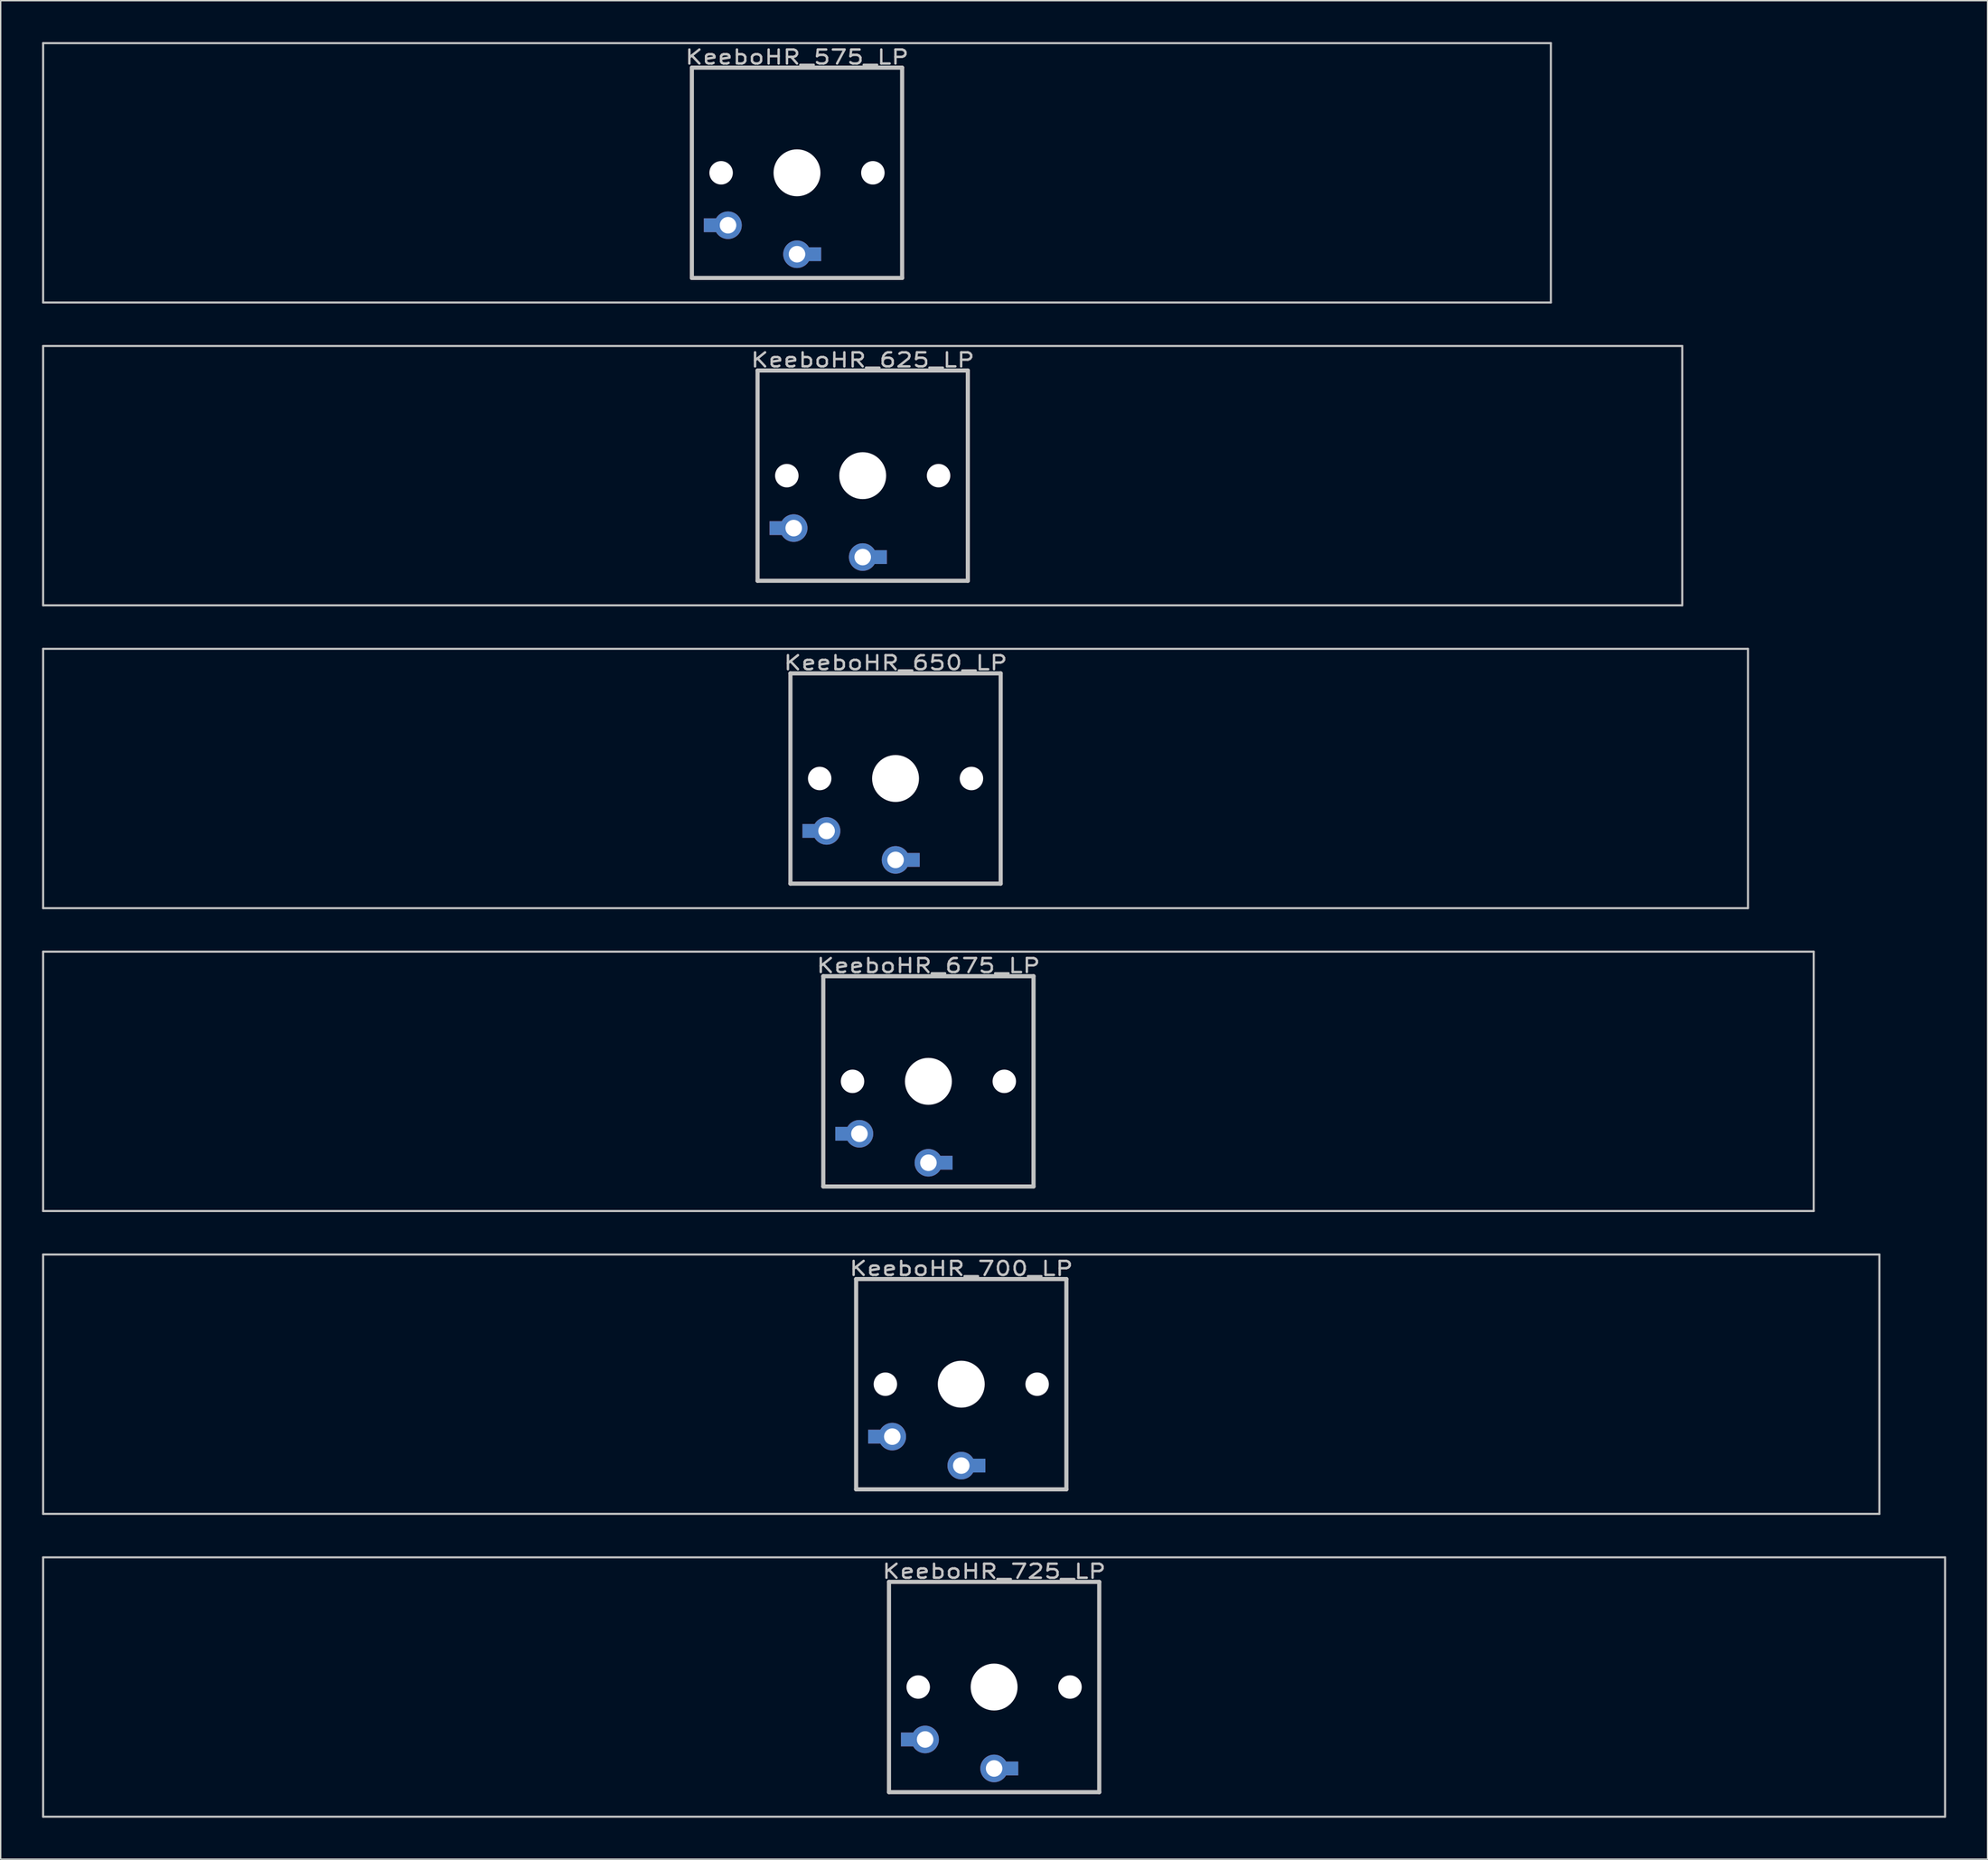
<source format=kicad_pcb>
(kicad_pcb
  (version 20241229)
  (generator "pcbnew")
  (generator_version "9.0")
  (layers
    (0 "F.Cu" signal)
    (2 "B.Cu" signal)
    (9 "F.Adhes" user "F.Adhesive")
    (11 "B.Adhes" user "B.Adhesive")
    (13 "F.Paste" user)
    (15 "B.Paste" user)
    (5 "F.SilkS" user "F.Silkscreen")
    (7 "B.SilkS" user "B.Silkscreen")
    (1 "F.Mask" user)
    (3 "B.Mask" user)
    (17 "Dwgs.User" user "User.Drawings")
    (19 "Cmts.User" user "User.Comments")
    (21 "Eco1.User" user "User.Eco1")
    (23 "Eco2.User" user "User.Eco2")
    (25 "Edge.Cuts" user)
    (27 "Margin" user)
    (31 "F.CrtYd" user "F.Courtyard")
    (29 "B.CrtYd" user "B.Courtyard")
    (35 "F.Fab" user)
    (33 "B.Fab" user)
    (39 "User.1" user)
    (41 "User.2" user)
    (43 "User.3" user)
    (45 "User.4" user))
  (footprint "KeeboHR_675_LP"
    (layer "F.Cu")
    (at 64.243 75.319)
    (property "Reference" "KeeboHR_675_LP" (at 0 -8.382 0) (layer "Dwgs.User") (effects (font (size 1.016 1.27) (thickness 0.178))))
    (attr through_hole)
    (fp_line (start -64.167 -9.398) (end 64.167 -9.398) (stroke (width 0.152) (type solid)) (layer "Dwgs.User"))
    (fp_line (start -64.167 9.398) (end -64.167 -9.398) (stroke (width 0.152) (type solid)) (layer "Dwgs.User"))
    (fp_line (start -7.62 -7.62) (end 7.62 -7.62) (stroke (width 0.3) (type solid)) (layer "Dwgs.User"))
    (fp_line (start -7.62 7.62) (end -7.62 -7.62) (stroke (width 0.3) (type solid)) (layer "Dwgs.User"))
    (fp_line (start 7.62 -7.62) (end 7.62 7.62) (stroke (width 0.3) (type solid)) (layer "Dwgs.User"))
    (fp_line (start 7.62 7.62) (end -7.62 7.62) (stroke (width 0.3) (type solid)) (layer "Dwgs.User"))
    (fp_line (start 64.167 -9.398) (end 64.167 9.398) (stroke (width 0.152) (type solid)) (layer "Dwgs.User"))
    (fp_line (start 64.167 9.398) (end -64.167 9.398) (stroke (width 0.152) (type solid)) (layer "Dwgs.User"))
    (pad "" np_thru_hole circle (at -5.5 0) (size 1.7 1.7) (drill 1.7) (layers "*.Cu" "*.Mask"))
    (pad "" np_thru_hole circle (at 0 0) (size 3.4 3.4) (drill 3.4) (layers "*.Cu" "*.Mask"))
    (pad "" np_thru_hole circle (at 5.5 0) (size 1.7 1.7) (drill 1.7) (layers "*.Cu" "*.Mask"))
    (pad "1" thru_hole circle (at 0 5.9) (size 2 2) (drill 1.2) (layers "*.Cu" "*.Mask"))
    (pad "1" smd rect (at 1.25 5.9) (size 1 1) (layers "*.Cu" "*.Mask"))
    (pad "2" smd rect (at -6.25 3.8) (size 1 1) (layers "*.Cu" "*.Mask"))
    (pad "2" thru_hole circle (at -5 3.8) (size 2 2) (drill 1.2) (layers "*.Cu" "*.Mask")))
  (footprint "KeeboHR_625_LP"
    (layer "F.Cu")
    (at 59.48 31.423)
    (property "Reference" "KeeboHR_625_LP" (at 0 -8.382 0) (layer "Dwgs.User") (effects (font (size 1.016 1.27) (thickness 0.178))))
    (attr through_hole)
    (fp_line (start -59.404 -9.398) (end 59.404 -9.398) (stroke (width 0.152) (type solid)) (layer "Dwgs.User"))
    (fp_line (start -59.404 9.398) (end -59.404 -9.398) (stroke (width 0.152) (type solid)) (layer "Dwgs.User"))
    (fp_line (start -7.62 -7.62) (end 7.62 -7.62) (stroke (width 0.3) (type solid)) (layer "Dwgs.User"))
    (fp_line (start -7.62 7.62) (end -7.62 -7.62) (stroke (width 0.3) (type solid)) (layer "Dwgs.User"))
    (fp_line (start 7.62 -7.62) (end 7.62 7.62) (stroke (width 0.3) (type solid)) (layer "Dwgs.User"))
    (fp_line (start 7.62 7.62) (end -7.62 7.62) (stroke (width 0.3) (type solid)) (layer "Dwgs.User"))
    (fp_line (start 59.404 -9.398) (end 59.404 9.398) (stroke (width 0.152) (type solid)) (layer "Dwgs.User"))
    (fp_line (start 59.404 9.398) (end -59.404 9.398) (stroke (width 0.152) (type solid)) (layer "Dwgs.User"))
    (pad "" np_thru_hole circle (at -5.5 0) (size 1.7 1.7) (drill 1.7) (layers "*.Cu" "*.Mask"))
    (pad "" np_thru_hole circle (at 0 0) (size 3.4 3.4) (drill 3.4) (layers "*.Cu" "*.Mask"))
    (pad "" np_thru_hole circle (at 5.5 0) (size 1.7 1.7) (drill 1.7) (layers "*.Cu" "*.Mask"))
    (pad "1" thru_hole circle (at 0 5.9) (size 2 2) (drill 1.2) (layers "*.Cu" "*.Mask"))
    (pad "1" smd rect (at 1.25 5.9) (size 1 1) (layers "*.Cu" "*.Mask"))
    (pad "2" smd rect (at -6.25 3.8) (size 1 1) (layers "*.Cu" "*.Mask"))
    (pad "2" thru_hole circle (at -5 3.8) (size 2 2) (drill 1.2) (layers "*.Cu" "*.Mask")))
  (footprint "KeeboHR_575_LP"
    (layer "F.Cu")
    (at 54.718 9.474)
    (property "Reference" "KeeboHR_575_LP" (at 0 -8.382 0) (layer "Dwgs.User") (effects (font (size 1.016 1.27) (thickness 0.178))))
    (attr through_hole)
    (fp_line (start -54.642 -9.398) (end 54.642 -9.398) (stroke (width 0.152) (type solid)) (layer "Dwgs.User"))
    (fp_line (start -54.642 9.398) (end -54.642 -9.398) (stroke (width 0.152) (type solid)) (layer "Dwgs.User"))
    (fp_line (start -7.62 -7.62) (end 7.62 -7.62) (stroke (width 0.3) (type solid)) (layer "Dwgs.User"))
    (fp_line (start -7.62 7.62) (end -7.62 -7.62) (stroke (width 0.3) (type solid)) (layer "Dwgs.User"))
    (fp_line (start 7.62 -7.62) (end 7.62 7.62) (stroke (width 0.3) (type solid)) (layer "Dwgs.User"))
    (fp_line (start 7.62 7.62) (end -7.62 7.62) (stroke (width 0.3) (type solid)) (layer "Dwgs.User"))
    (fp_line (start 54.642 -9.398) (end 54.642 9.398) (stroke (width 0.152) (type solid)) (layer "Dwgs.User"))
    (fp_line (start 54.642 9.398) (end -54.642 9.398) (stroke (width 0.152) (type solid)) (layer "Dwgs.User"))
    (pad "" np_thru_hole circle (at -5.5 0) (size 1.7 1.7) (drill 1.7) (layers "*.Cu" "*.Mask"))
    (pad "" np_thru_hole circle (at 0 0) (size 3.4 3.4) (drill 3.4) (layers "*.Cu" "*.Mask"))
    (pad "" np_thru_hole circle (at 5.5 0) (size 1.7 1.7) (drill 1.7) (layers "*.Cu" "*.Mask"))
    (pad "1" thru_hole circle (at 0 5.9) (size 2 2) (drill 1.2) (layers "*.Cu" "*.Mask"))
    (pad "1" smd rect (at 1.25 5.9) (size 1 1) (layers "*.Cu" "*.Mask"))
    (pad "2" smd rect (at -6.25 3.8) (size 1 1) (layers "*.Cu" "*.Mask"))
    (pad "2" thru_hole circle (at -5 3.8) (size 2 2) (drill 1.2) (layers "*.Cu" "*.Mask")))
  (footprint "KeeboHR_725_LP"
    (layer "F.Cu")
    (at 69.005 119.216)
    (property "Reference" "KeeboHR_725_LP" (at 0 -8.382 0) (layer "Dwgs.User") (effects (font (size 1.016 1.27) (thickness 0.178))))
    (attr through_hole)
    (fp_line (start -68.929 -9.398) (end 68.929 -9.398) (stroke (width 0.152) (type solid)) (layer "Dwgs.User"))
    (fp_line (start -68.929 9.398) (end -68.929 -9.398) (stroke (width 0.152) (type solid)) (layer "Dwgs.User"))
    (fp_line (start -7.62 -7.62) (end 7.62 -7.62) (stroke (width 0.3) (type solid)) (layer "Dwgs.User"))
    (fp_line (start -7.62 7.62) (end -7.62 -7.62) (stroke (width 0.3) (type solid)) (layer "Dwgs.User"))
    (fp_line (start 7.62 -7.62) (end 7.62 7.62) (stroke (width 0.3) (type solid)) (layer "Dwgs.User"))
    (fp_line (start 7.62 7.62) (end -7.62 7.62) (stroke (width 0.3) (type solid)) (layer "Dwgs.User"))
    (fp_line (start 68.929 -9.398) (end 68.929 9.398) (stroke (width 0.152) (type solid)) (layer "Dwgs.User"))
    (fp_line (start 68.929 9.398) (end -68.929 9.398) (stroke (width 0.152) (type solid)) (layer "Dwgs.User"))
    (pad "" np_thru_hole circle (at -5.5 0) (size 1.7 1.7) (drill 1.7) (layers "*.Cu" "*.Mask"))
    (pad "" np_thru_hole circle (at 0 0) (size 3.4 3.4) (drill 3.4) (layers "*.Cu" "*.Mask"))
    (pad "" np_thru_hole circle (at 5.5 0) (size 1.7 1.7) (drill 1.7) (layers "*.Cu" "*.Mask"))
    (pad "1" thru_hole circle (at 0 5.9) (size 2 2) (drill 1.2) (layers "*.Cu" "*.Mask"))
    (pad "1" smd rect (at 1.25 5.9) (size 1 1) (layers "*.Cu" "*.Mask"))
    (pad "2" smd rect (at -6.25 3.8) (size 1 1) (layers "*.Cu" "*.Mask"))
    (pad "2" thru_hole circle (at -5 3.8) (size 2 2) (drill 1.2) (layers "*.Cu" "*.Mask")))
  (footprint "KeeboHR_700_LP"
    (layer "F.Cu")
    (at 66.624 97.268)
    (property "Reference" "KeeboHR_700_LP" (at 0 -8.382 0) (layer "Dwgs.User") (effects (font (size 1.016 1.27) (thickness 0.178))))
    (attr through_hole)
    (fp_line (start -66.548 -9.398) (end 66.548 -9.398) (stroke (width 0.152) (type solid)) (layer "Dwgs.User"))
    (fp_line (start -66.548 9.398) (end -66.548 -9.398) (stroke (width 0.152) (type solid)) (layer "Dwgs.User"))
    (fp_line (start -7.62 -7.62) (end 7.62 -7.62) (stroke (width 0.3) (type solid)) (layer "Dwgs.User"))
    (fp_line (start -7.62 7.62) (end -7.62 -7.62) (stroke (width 0.3) (type solid)) (layer "Dwgs.User"))
    (fp_line (start 7.62 -7.62) (end 7.62 7.62) (stroke (width 0.3) (type solid)) (layer "Dwgs.User"))
    (fp_line (start 7.62 7.62) (end -7.62 7.62) (stroke (width 0.3) (type solid)) (layer "Dwgs.User"))
    (fp_line (start 66.548 -9.398) (end 66.548 9.398) (stroke (width 0.152) (type solid)) (layer "Dwgs.User"))
    (fp_line (start 66.548 9.398) (end -66.548 9.398) (stroke (width 0.152) (type solid)) (layer "Dwgs.User"))
    (pad "" np_thru_hole circle (at -5.5 0) (size 1.7 1.7) (drill 1.7) (layers "*.Cu" "*.Mask"))
    (pad "" np_thru_hole circle (at 0 0) (size 3.4 3.4) (drill 3.4) (layers "*.Cu" "*.Mask"))
    (pad "" np_thru_hole circle (at 5.5 0) (size 1.7 1.7) (drill 1.7) (layers "*.Cu" "*.Mask"))
    (pad "1" thru_hole circle (at 0 5.9) (size 2 2) (drill 1.2) (layers "*.Cu" "*.Mask"))
    (pad "1" smd rect (at 1.25 5.9) (size 1 1) (layers "*.Cu" "*.Mask"))
    (pad "2" smd rect (at -6.25 3.8) (size 1 1) (layers "*.Cu" "*.Mask"))
    (pad "2" thru_hole circle (at -5 3.8) (size 2 2) (drill 1.2) (layers "*.Cu" "*.Mask")))
  (footprint "KeeboHR_650_LP"
    (layer "F.Cu")
    (at 61.862 53.371)
    (property "Reference" "KeeboHR_650_LP" (at 0 -8.382 0) (layer "Dwgs.User") (effects (font (size 1.016 1.27) (thickness 0.178))))
    (attr through_hole)
    (fp_line (start -61.785 -9.398) (end 61.785 -9.398) (stroke (width 0.152) (type solid)) (layer "Dwgs.User"))
    (fp_line (start -61.785 9.398) (end -61.785 -9.398) (stroke (width 0.152) (type solid)) (layer "Dwgs.User"))
    (fp_line (start -7.62 -7.62) (end 7.62 -7.62) (stroke (width 0.3) (type solid)) (layer "Dwgs.User"))
    (fp_line (start -7.62 7.62) (end -7.62 -7.62) (stroke (width 0.3) (type solid)) (layer "Dwgs.User"))
    (fp_line (start 7.62 -7.62) (end 7.62 7.62) (stroke (width 0.3) (type solid)) (layer "Dwgs.User"))
    (fp_line (start 7.62 7.62) (end -7.62 7.62) (stroke (width 0.3) (type solid)) (layer "Dwgs.User"))
    (fp_line (start 61.785 -9.398) (end 61.785 9.398) (stroke (width 0.152) (type solid)) (layer "Dwgs.User"))
    (fp_line (start 61.785 9.398) (end -61.785 9.398) (stroke (width 0.152) (type solid)) (layer "Dwgs.User"))
    (pad "" np_thru_hole circle (at -5.5 0) (size 1.7 1.7) (drill 1.7) (layers "*.Cu" "*.Mask"))
    (pad "" np_thru_hole circle (at 0 0) (size 3.4 3.4) (drill 3.4) (layers "*.Cu" "*.Mask"))
    (pad "" np_thru_hole circle (at 5.5 0) (size 1.7 1.7) (drill 1.7) (layers "*.Cu" "*.Mask"))
    (pad "1" thru_hole circle (at 0 5.9) (size 2 2) (drill 1.2) (layers "*.Cu" "*.Mask"))
    (pad "1" smd rect (at 1.25 5.9) (size 1 1) (layers "*.Cu" "*.Mask"))
    (pad "2" smd rect (at -6.25 3.8) (size 1 1) (layers "*.Cu" "*.Mask"))
    (pad "2" thru_hole circle (at -5 3.8) (size 2 2) (drill 1.2) (layers "*.Cu" "*.Mask")))
  (gr_rect
    (start -3 -3)
    (end 141.011 131.69)
    (stroke (width 0.1) (type default))
    (fill no)
    (layer "Edge.Cuts")))
</source>
